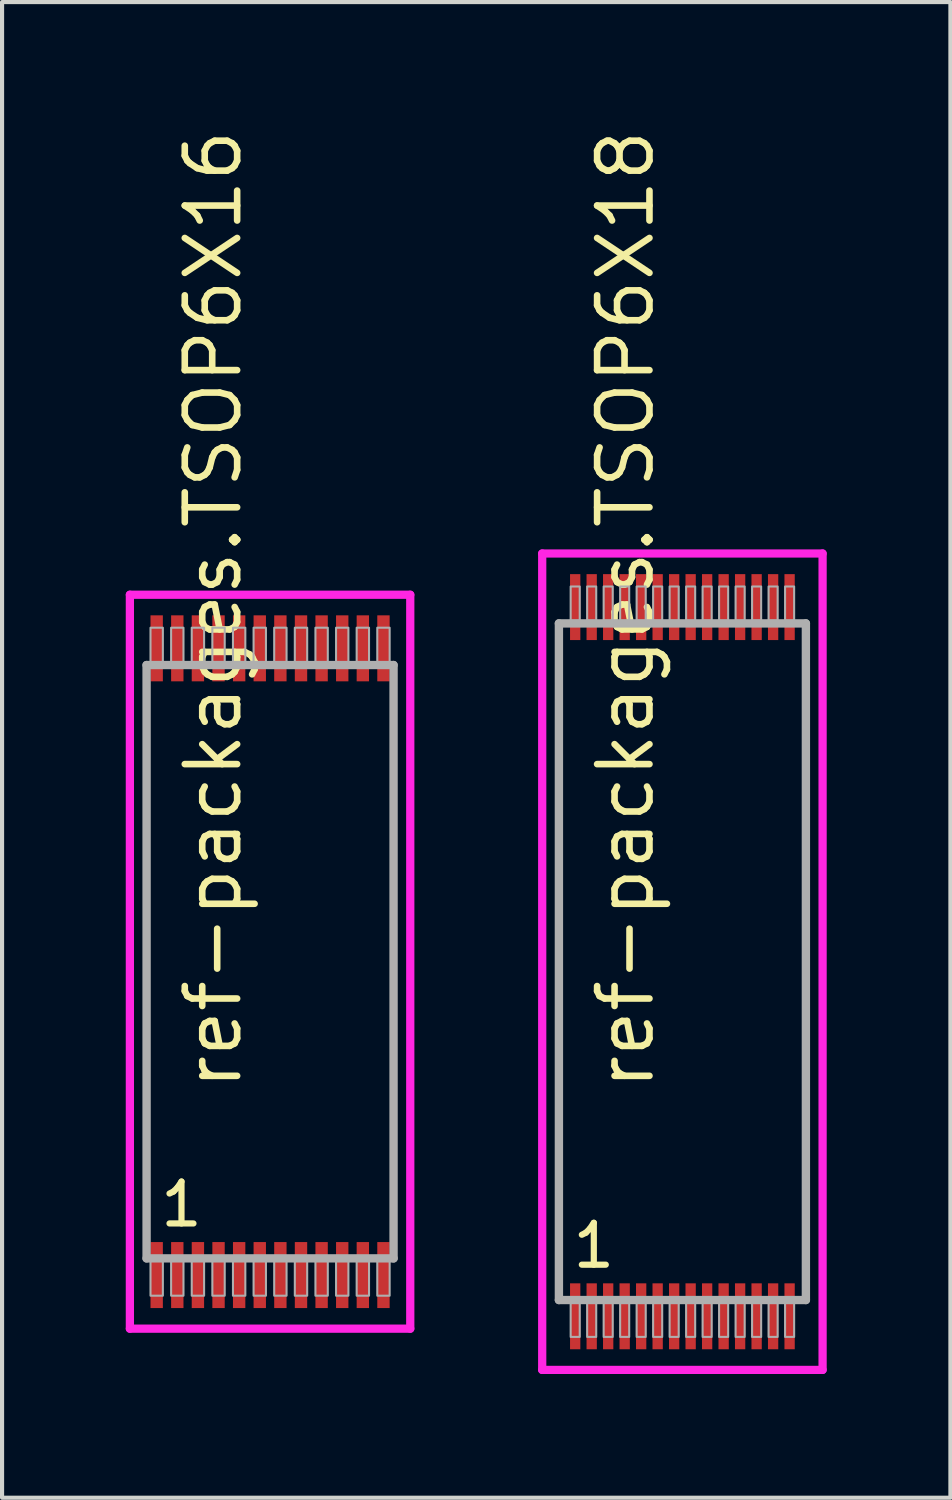
<source format=kicad_pcb>
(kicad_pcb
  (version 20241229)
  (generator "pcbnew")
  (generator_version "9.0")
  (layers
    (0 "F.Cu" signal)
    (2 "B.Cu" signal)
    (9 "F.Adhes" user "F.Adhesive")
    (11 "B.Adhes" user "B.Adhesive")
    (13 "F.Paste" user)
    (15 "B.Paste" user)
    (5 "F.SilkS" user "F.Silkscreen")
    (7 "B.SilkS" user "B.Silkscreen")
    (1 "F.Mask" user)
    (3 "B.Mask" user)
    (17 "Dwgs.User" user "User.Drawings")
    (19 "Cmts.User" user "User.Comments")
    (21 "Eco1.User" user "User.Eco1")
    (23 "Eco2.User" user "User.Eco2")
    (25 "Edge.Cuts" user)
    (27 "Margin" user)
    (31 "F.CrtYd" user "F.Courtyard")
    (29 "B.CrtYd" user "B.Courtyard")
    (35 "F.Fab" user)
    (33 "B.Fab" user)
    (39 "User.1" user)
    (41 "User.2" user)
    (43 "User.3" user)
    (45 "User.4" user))
  (footprint "ref-packages.TSOP6X18"
    (layer "F.Cu")
    (at 13.5 20.274)
    (property "Reference" "ref-packages.TSOP6X18" (at -0.635 3.175 90) (layer "F.SilkS") (effects (font (size 1.27 1.27) (thickness 0.16)) (justify left bottom)))
    (attr smd)
    (fp_line (start -3.4 -9.9) (end 3.4 -9.9) (stroke (width 0.2) (type default)) (layer "F.CrtYd"))
    (fp_line (start -3.4 9.9) (end -3.4 -9.9) (stroke (width 0.2) (type default)) (layer "F.CrtYd"))
    (fp_line (start 3.4 -9.9) (end 3.4 9.9) (stroke (width 0.2) (type default)) (layer "F.CrtYd"))
    (fp_line (start 3.4 9.9) (end -3.4 9.9) (stroke (width 0.2) (type default)) (layer "F.CrtYd"))
    (fp_line (start -2.995 -8.205) (end 2.995 -8.205) (stroke (width 0.203) (type default)) (layer "F.Fab"))
    (fp_line (start -2.995 8.205) (end -2.995 -8.205) (stroke (width 0.203) (type default)) (layer "F.Fab"))
    (fp_line (start 2.995 -8.205) (end 2.995 8.205) (stroke (width 0.203) (type default)) (layer "F.Fab"))
    (fp_line (start 2.995 8.205) (end -2.995 8.205) (stroke (width 0.203) (type default)) (layer "F.Fab"))
    (fp_rect (start -2.71 -8.27) (end -2.49 -9.1) (stroke (width 0.05) (type default)) (fill no) (layer "F.Fab"))
    (fp_rect (start -2.71 9.1) (end -2.49 8.27) (stroke (width 0.05) (type default)) (fill no) (layer "F.Fab"))
    (fp_rect (start -2.31 -8.27) (end -2.09 -9.1) (stroke (width 0.05) (type default)) (fill no) (layer "F.Fab"))
    (fp_rect (start -2.31 9.1) (end -2.09 8.27) (stroke (width 0.05) (type default)) (fill no) (layer "F.Fab"))
    (fp_rect (start -1.91 -8.27) (end -1.69 -9.1) (stroke (width 0.05) (type default)) (fill no) (layer "F.Fab"))
    (fp_rect (start -1.91 9.1) (end -1.69 8.27) (stroke (width 0.05) (type default)) (fill no) (layer "F.Fab"))
    (fp_rect (start -1.51 -8.27) (end -1.29 -9.1) (stroke (width 0.05) (type default)) (fill no) (layer "F.Fab"))
    (fp_rect (start -1.51 9.1) (end -1.29 8.27) (stroke (width 0.05) (type default)) (fill no) (layer "F.Fab"))
    (fp_rect (start -1.11 -8.27) (end -0.89 -9.1) (stroke (width 0.05) (type default)) (fill no) (layer "F.Fab"))
    (fp_rect (start -1.11 9.1) (end -0.89 8.27) (stroke (width 0.05) (type default)) (fill no) (layer "F.Fab"))
    (fp_rect (start -0.71 -8.27) (end -0.49 -9.1) (stroke (width 0.05) (type default)) (fill no) (layer "F.Fab"))
    (fp_rect (start -0.71 9.1) (end -0.49 8.27) (stroke (width 0.05) (type default)) (fill no) (layer "F.Fab"))
    (fp_rect (start -0.31 -8.27) (end -0.09 -9.1) (stroke (width 0.05) (type default)) (fill no) (layer "F.Fab"))
    (fp_rect (start -0.31 9.1) (end -0.09 8.27) (stroke (width 0.05) (type default)) (fill no) (layer "F.Fab"))
    (fp_rect (start 0.09 -8.27) (end 0.31 -9.1) (stroke (width 0.05) (type default)) (fill no) (layer "F.Fab"))
    (fp_rect (start 0.09 9.1) (end 0.31 8.27) (stroke (width 0.05) (type default)) (fill no) (layer "F.Fab"))
    (fp_rect (start 0.49 -8.27) (end 0.71 -9.1) (stroke (width 0.05) (type default)) (fill no) (layer "F.Fab"))
    (fp_rect (start 0.49 9.1) (end 0.71 8.27) (stroke (width 0.05) (type default)) (fill no) (layer "F.Fab"))
    (fp_rect (start 0.89 -8.27) (end 1.11 -9.1) (stroke (width 0.05) (type default)) (fill no) (layer "F.Fab"))
    (fp_rect (start 0.89 9.1) (end 1.11 8.27) (stroke (width 0.05) (type default)) (fill no) (layer "F.Fab"))
    (fp_rect (start 1.29 -8.27) (end 1.51 -9.1) (stroke (width 0.05) (type default)) (fill no) (layer "F.Fab"))
    (fp_rect (start 1.29 9.1) (end 1.51 8.27) (stroke (width 0.05) (type default)) (fill no) (layer "F.Fab"))
    (fp_rect (start 1.69 -8.27) (end 1.91 -9.1) (stroke (width 0.05) (type default)) (fill no) (layer "F.Fab"))
    (fp_rect (start 1.69 9.1) (end 1.91 8.27) (stroke (width 0.05) (type default)) (fill no) (layer "F.Fab"))
    (fp_rect (start 2.09 -8.27) (end 2.31 -9.1) (stroke (width 0.05) (type default)) (fill no) (layer "F.Fab"))
    (fp_rect (start 2.09 9.1) (end 2.31 8.27) (stroke (width 0.05) (type default)) (fill no) (layer "F.Fab"))
    (fp_rect (start 2.49 -8.27) (end 2.71 -9.1) (stroke (width 0.05) (type default)) (fill no) (layer "F.Fab"))
    (fp_rect (start 2.49 9.1) (end 2.71 8.27) (stroke (width 0.05) (type default)) (fill no) (layer "F.Fab"))
    (fp_text user "1" (at -2.731 7.48 0) (layer "F.SilkS") (effects (font (size 1.016 1.016) (thickness 0.15)) (justify left bottom)))
    (pad "1" smd roundrect (at -2.6 8.6) (size 0.25 1.6) (layers "F.Cu" "F.Mask" "F.Paste") (roundrect_rratio 0.01))
    (pad "2" smd roundrect (at -2.2 8.6) (size 0.25 1.6) (layers "F.Cu" "F.Mask" "F.Paste") (roundrect_rratio 0.01))
    (pad "3" smd roundrect (at -1.8 8.6) (size 0.25 1.6) (layers "F.Cu" "F.Mask" "F.Paste") (roundrect_rratio 0.01))
    (pad "4" smd roundrect (at -1.4 8.6) (size 0.25 1.6) (layers "F.Cu" "F.Mask" "F.Paste") (roundrect_rratio 0.01))
    (pad "5" smd roundrect (at -1 8.6) (size 0.25 1.6) (layers "F.Cu" "F.Mask" "F.Paste") (roundrect_rratio 0.01))
    (pad "6" smd roundrect (at -0.6 8.6) (size 0.25 1.6) (layers "F.Cu" "F.Mask" "F.Paste") (roundrect_rratio 0.01))
    (pad "7" smd roundrect (at -0.2 8.6) (size 0.25 1.6) (layers "F.Cu" "F.Mask" "F.Paste") (roundrect_rratio 0.01))
    (pad "8" smd roundrect (at 0.2 8.6) (size 0.25 1.6) (layers "F.Cu" "F.Mask" "F.Paste") (roundrect_rratio 0.01))
    (pad "9" smd roundrect (at 0.6 8.6) (size 0.25 1.6) (layers "F.Cu" "F.Mask" "F.Paste") (roundrect_rratio 0.01))
    (pad "10" smd roundrect (at 1 8.6) (size 0.25 1.6) (layers "F.Cu" "F.Mask" "F.Paste") (roundrect_rratio 0.01))
    (pad "11" smd roundrect (at 1.4 8.6) (size 0.25 1.6) (layers "F.Cu" "F.Mask" "F.Paste") (roundrect_rratio 0.01))
    (pad "12" smd roundrect (at 1.8 8.6) (size 0.25 1.6) (layers "F.Cu" "F.Mask" "F.Paste") (roundrect_rratio 0.01))
    (pad "13" smd roundrect (at 2.2 8.6) (size 0.25 1.6) (layers "F.Cu" "F.Mask" "F.Paste") (roundrect_rratio 0.01))
    (pad "14" smd roundrect (at 2.6 8.6) (size 0.25 1.6) (layers "F.Cu" "F.Mask" "F.Paste") (roundrect_rratio 0.01))
    (pad "15" smd roundrect (at 2.6 -8.6) (size 0.25 1.6) (layers "F.Cu" "F.Mask" "F.Paste") (roundrect_rratio 0.01))
    (pad "16" smd roundrect (at 2.2 -8.6) (size 0.25 1.6) (layers "F.Cu" "F.Mask" "F.Paste") (roundrect_rratio 0.01))
    (pad "17" smd roundrect (at 1.8 -8.6) (size 0.25 1.6) (layers "F.Cu" "F.Mask" "F.Paste") (roundrect_rratio 0.01))
    (pad "18" smd roundrect (at 1.4 -8.6) (size 0.25 1.6) (layers "F.Cu" "F.Mask" "F.Paste") (roundrect_rratio 0.01))
    (pad "19" smd roundrect (at 1 -8.6) (size 0.25 1.6) (layers "F.Cu" "F.Mask" "F.Paste") (roundrect_rratio 0.01))
    (pad "20" smd roundrect (at 0.6 -8.6) (size 0.25 1.6) (layers "F.Cu" "F.Mask" "F.Paste") (roundrect_rratio 0.01))
    (pad "21" smd roundrect (at 0.2 -8.6) (size 0.25 1.6) (layers "F.Cu" "F.Mask" "F.Paste") (roundrect_rratio 0.01))
    (pad "22" smd roundrect (at -0.2 -8.6) (size 0.25 1.6) (layers "F.Cu" "F.Mask" "F.Paste") (roundrect_rratio 0.01))
    (pad "23" smd roundrect (at -0.6 -8.6) (size 0.25 1.6) (layers "F.Cu" "F.Mask" "F.Paste") (roundrect_rratio 0.01))
    (pad "24" smd roundrect (at -1 -8.6) (size 0.25 1.6) (layers "F.Cu" "F.Mask" "F.Paste") (roundrect_rratio 0.01))
    (pad "25" smd roundrect (at -1.4 -8.6) (size 0.25 1.6) (layers "F.Cu" "F.Mask" "F.Paste") (roundrect_rratio 0.01))
    (pad "26" smd roundrect (at -1.8 -8.6) (size 0.25 1.6) (layers "F.Cu" "F.Mask" "F.Paste") (roundrect_rratio 0.01))
    (pad "27" smd roundrect (at -2.2 -8.6) (size 0.25 1.6) (layers "F.Cu" "F.Mask" "F.Paste") (roundrect_rratio 0.01))
    (pad "28" smd roundrect (at -2.6 -8.6) (size 0.25 1.6) (layers "F.Cu" "F.Mask" "F.Paste") (roundrect_rratio 0.01)))
  (footprint "ref-packages.TSOP6X16"
    (layer "F.Cu")
    (at 3.5 20.274)
    (property "Reference" "ref-packages.TSOP6X16" (at -0.635 3.175 90) (layer "F.SilkS") (effects (font (size 1.27 1.27) (thickness 0.16)) (justify left bottom)))
    (attr smd)
    (fp_line (start -3.4 -8.9) (end 3.4 -8.9) (stroke (width 0.2) (type default)) (layer "F.CrtYd"))
    (fp_line (start -3.4 8.9) (end -3.4 -8.9) (stroke (width 0.2) (type default)) (layer "F.CrtYd"))
    (fp_line (start 3.4 -8.9) (end 3.4 8.9) (stroke (width 0.2) (type default)) (layer "F.CrtYd"))
    (fp_line (start 3.4 8.9) (end -3.4 8.9) (stroke (width 0.2) (type default)) (layer "F.CrtYd"))
    (fp_line (start -2.995 -7.195) (end 2.995 -7.195) (stroke (width 0.203) (type default)) (layer "F.Fab"))
    (fp_line (start -2.995 7.195) (end -2.995 -7.195) (stroke (width 0.203) (type default)) (layer "F.Fab"))
    (fp_line (start 2.995 -7.195) (end 2.995 7.195) (stroke (width 0.203) (type default)) (layer "F.Fab"))
    (fp_line (start 2.995 7.195) (end -2.995 7.195) (stroke (width 0.203) (type default)) (layer "F.Fab"))
    (fp_rect (start -2.9 -7.25) (end -2.6 -8.1) (stroke (width 0.05) (type default)) (fill no) (layer "F.Fab"))
    (fp_rect (start -2.9 8.1) (end -2.6 7.25) (stroke (width 0.05) (type default)) (fill no) (layer "F.Fab"))
    (fp_rect (start -2.4 -7.25) (end -2.1 -8.1) (stroke (width 0.05) (type default)) (fill no) (layer "F.Fab"))
    (fp_rect (start -2.4 8.1) (end -2.1 7.25) (stroke (width 0.05) (type default)) (fill no) (layer "F.Fab"))
    (fp_rect (start -1.9 -7.25) (end -1.6 -8.1) (stroke (width 0.05) (type default)) (fill no) (layer "F.Fab"))
    (fp_rect (start -1.9 8.1) (end -1.6 7.25) (stroke (width 0.05) (type default)) (fill no) (layer "F.Fab"))
    (fp_rect (start -1.4 -7.25) (end -1.1 -8.1) (stroke (width 0.05) (type default)) (fill no) (layer "F.Fab"))
    (fp_rect (start -1.4 8.1) (end -1.1 7.25) (stroke (width 0.05) (type default)) (fill no) (layer "F.Fab"))
    (fp_rect (start -0.9 -7.25) (end -0.6 -8.1) (stroke (width 0.05) (type default)) (fill no) (layer "F.Fab"))
    (fp_rect (start -0.9 8.1) (end -0.6 7.25) (stroke (width 0.05) (type default)) (fill no) (layer "F.Fab"))
    (fp_rect (start -0.4 -7.25) (end -0.1 -8.1) (stroke (width 0.05) (type default)) (fill no) (layer "F.Fab"))
    (fp_rect (start -0.4 8.1) (end -0.1 7.25) (stroke (width 0.05) (type default)) (fill no) (layer "F.Fab"))
    (fp_rect (start 0.1 -7.25) (end 0.4 -8.1) (stroke (width 0.05) (type default)) (fill no) (layer "F.Fab"))
    (fp_rect (start 0.1 8.1) (end 0.4 7.25) (stroke (width 0.05) (type default)) (fill no) (layer "F.Fab"))
    (fp_rect (start 0.6 -7.25) (end 0.9 -8.1) (stroke (width 0.05) (type default)) (fill no) (layer "F.Fab"))
    (fp_rect (start 0.6 8.1) (end 0.9 7.25) (stroke (width 0.05) (type default)) (fill no) (layer "F.Fab"))
    (fp_rect (start 1.1 -7.25) (end 1.4 -8.1) (stroke (width 0.05) (type default)) (fill no) (layer "F.Fab"))
    (fp_rect (start 1.1 8.1) (end 1.4 7.25) (stroke (width 0.05) (type default)) (fill no) (layer "F.Fab"))
    (fp_rect (start 1.6 -7.25) (end 1.9 -8.1) (stroke (width 0.05) (type default)) (fill no) (layer "F.Fab"))
    (fp_rect (start 1.6 8.1) (end 1.9 7.25) (stroke (width 0.05) (type default)) (fill no) (layer "F.Fab"))
    (fp_rect (start 2.1 -7.25) (end 2.4 -8.1) (stroke (width 0.05) (type default)) (fill no) (layer "F.Fab"))
    (fp_rect (start 2.1 8.1) (end 2.4 7.25) (stroke (width 0.05) (type default)) (fill no) (layer "F.Fab"))
    (fp_rect (start 2.6 -7.25) (end 2.9 -8.1) (stroke (width 0.05) (type default)) (fill no) (layer "F.Fab"))
    (fp_rect (start 2.6 8.1) (end 2.9 7.25) (stroke (width 0.05) (type default)) (fill no) (layer "F.Fab"))
    (fp_text user "1" (at -2.731 6.48 0) (layer "F.SilkS") (effects (font (size 1.016 1.016) (thickness 0.15)) (justify left bottom)))
    (pad "1" smd roundrect (at -2.75 7.6) (size 0.3 1.6) (layers "F.Cu" "F.Mask" "F.Paste") (roundrect_rratio 0.01))
    (pad "2" smd roundrect (at -2.25 7.6) (size 0.3 1.6) (layers "F.Cu" "F.Mask" "F.Paste") (roundrect_rratio 0.01))
    (pad "3" smd roundrect (at -1.75 7.6) (size 0.3 1.6) (layers "F.Cu" "F.Mask" "F.Paste") (roundrect_rratio 0.01))
    (pad "4" smd roundrect (at -1.25 7.6) (size 0.3 1.6) (layers "F.Cu" "F.Mask" "F.Paste") (roundrect_rratio 0.01))
    (pad "5" smd roundrect (at -0.75 7.6) (size 0.3 1.6) (layers "F.Cu" "F.Mask" "F.Paste") (roundrect_rratio 0.01))
    (pad "6" smd roundrect (at -0.25 7.6) (size 0.3 1.6) (layers "F.Cu" "F.Mask" "F.Paste") (roundrect_rratio 0.01))
    (pad "7" smd roundrect (at 0.25 7.6) (size 0.3 1.6) (layers "F.Cu" "F.Mask" "F.Paste") (roundrect_rratio 0.01))
    (pad "8" smd roundrect (at 0.75 7.6) (size 0.3 1.6) (layers "F.Cu" "F.Mask" "F.Paste") (roundrect_rratio 0.01))
    (pad "9" smd roundrect (at 1.25 7.6) (size 0.3 1.6) (layers "F.Cu" "F.Mask" "F.Paste") (roundrect_rratio 0.01))
    (pad "10" smd roundrect (at 1.75 7.6) (size 0.3 1.6) (layers "F.Cu" "F.Mask" "F.Paste") (roundrect_rratio 0.01))
    (pad "11" smd roundrect (at 2.25 7.6) (size 0.3 1.6) (layers "F.Cu" "F.Mask" "F.Paste") (roundrect_rratio 0.01))
    (pad "12" smd roundrect (at 2.75 7.6) (size 0.3 1.6) (layers "F.Cu" "F.Mask" "F.Paste") (roundrect_rratio 0.01))
    (pad "13" smd roundrect (at 2.75 -7.6) (size 0.3 1.6) (layers "F.Cu" "F.Mask" "F.Paste") (roundrect_rratio 0.01))
    (pad "14" smd roundrect (at 2.25 -7.6) (size 0.3 1.6) (layers "F.Cu" "F.Mask" "F.Paste") (roundrect_rratio 0.01))
    (pad "15" smd roundrect (at 1.75 -7.6) (size 0.3 1.6) (layers "F.Cu" "F.Mask" "F.Paste") (roundrect_rratio 0.01))
    (pad "16" smd roundrect (at 1.25 -7.6) (size 0.3 1.6) (layers "F.Cu" "F.Mask" "F.Paste") (roundrect_rratio 0.01))
    (pad "17" smd roundrect (at 0.75 -7.6) (size 0.3 1.6) (layers "F.Cu" "F.Mask" "F.Paste") (roundrect_rratio 0.01))
    (pad "18" smd roundrect (at 0.25 -7.6) (size 0.3 1.6) (layers "F.Cu" "F.Mask" "F.Paste") (roundrect_rratio 0.01))
    (pad "19" smd roundrect (at -0.25 -7.6) (size 0.3 1.6) (layers "F.Cu" "F.Mask" "F.Paste") (roundrect_rratio 0.01))
    (pad "20" smd roundrect (at -0.75 -7.6) (size 0.3 1.6) (layers "F.Cu" "F.Mask" "F.Paste") (roundrect_rratio 0.01))
    (pad "21" smd roundrect (at -1.25 -7.6) (size 0.3 1.6) (layers "F.Cu" "F.Mask" "F.Paste") (roundrect_rratio 0.01))
    (pad "22" smd roundrect (at -1.75 -7.6) (size 0.3 1.6) (layers "F.Cu" "F.Mask" "F.Paste") (roundrect_rratio 0.01))
    (pad "23" smd roundrect (at -2.25 -7.6) (size 0.3 1.6) (layers "F.Cu" "F.Mask" "F.Paste") (roundrect_rratio 0.01))
    (pad "24" smd roundrect (at -2.75 -7.6) (size 0.3 1.6) (layers "F.Cu" "F.Mask" "F.Paste") (roundrect_rratio 0.01)))
  (gr_rect
    (start -3 -3)
    (end 20 33.274)
    (stroke (width 0.1) (type default))
    (fill no)
    (layer "Edge.Cuts")))
</source>
